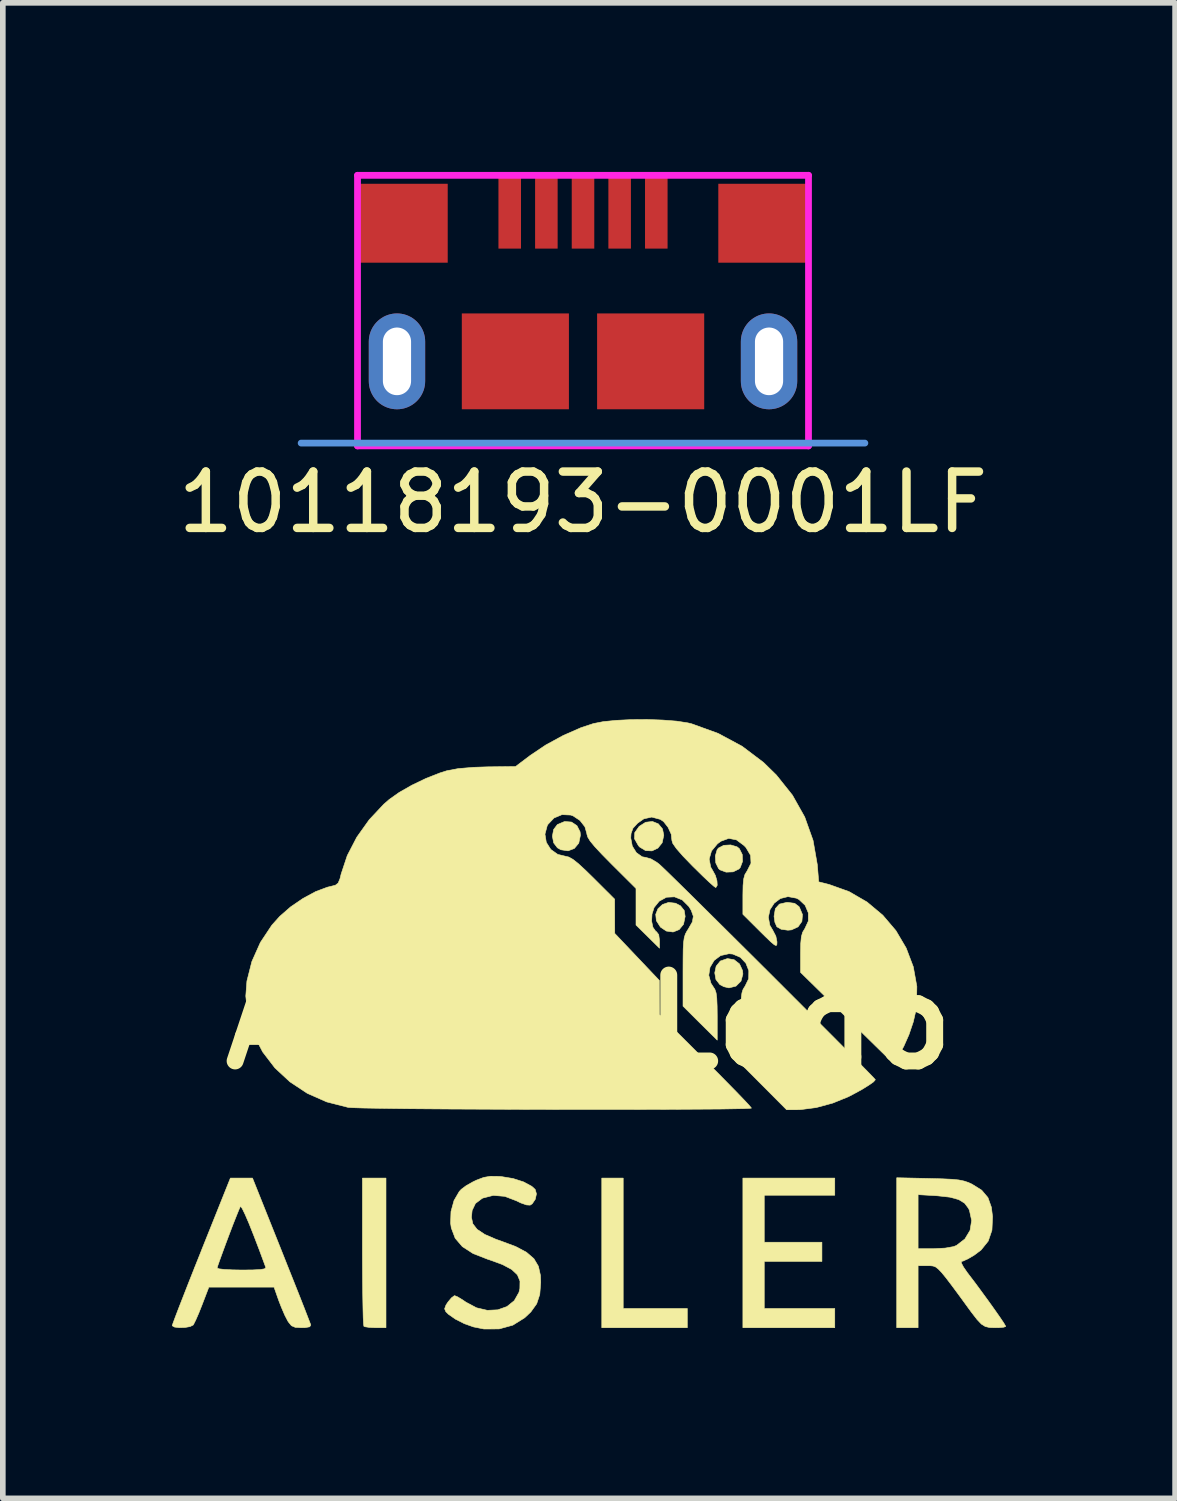
<source format=kicad_pcb>
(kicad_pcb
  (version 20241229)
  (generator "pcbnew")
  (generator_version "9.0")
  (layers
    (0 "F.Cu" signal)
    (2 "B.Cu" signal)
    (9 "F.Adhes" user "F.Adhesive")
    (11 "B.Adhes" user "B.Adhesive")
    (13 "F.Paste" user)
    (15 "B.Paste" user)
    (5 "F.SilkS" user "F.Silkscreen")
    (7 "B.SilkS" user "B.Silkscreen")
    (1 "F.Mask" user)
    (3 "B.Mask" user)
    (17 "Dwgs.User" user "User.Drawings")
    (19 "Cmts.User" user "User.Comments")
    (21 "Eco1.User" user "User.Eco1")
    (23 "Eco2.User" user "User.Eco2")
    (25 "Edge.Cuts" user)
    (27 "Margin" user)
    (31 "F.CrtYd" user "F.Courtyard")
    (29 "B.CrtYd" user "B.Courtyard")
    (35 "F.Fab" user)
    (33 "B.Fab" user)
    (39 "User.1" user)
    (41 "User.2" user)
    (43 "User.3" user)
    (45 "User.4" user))
  (footprint "10118193-0001LF"
    (layer "F.Cu")
    (at 7.292 3.36)
    (property "Reference" "10118193-0001LF" (at 0 2.5 0) (layer "F.SilkS") (effects (font (size 1 1) (thickness 0.15))))
    (attr through_hole)
    (fp_line (start -5 1.45) (end 5 1.45) (stroke (width 0.12) (type solid)) (layer "Cmts.User"))
    (fp_line (start -4 -3.3) (end 4 -3.3) (stroke (width 0.12) (type solid)) (layer "F.CrtYd"))
    (fp_line (start -4 1.5) (end -4 -3.3) (stroke (width 0.12) (type solid)) (layer "F.CrtYd"))
    (fp_line (start 4 -3.3) (end 4 1.5) (stroke (width 0.12) (type solid)) (layer "F.CrtYd"))
    (fp_line (start 4 1.5) (end -4 1.5) (stroke (width 0.12) (type solid)) (layer "F.CrtYd"))
    (pad "" thru_hole oval (at -3.3 0) (size 1 1.7) (drill oval 0.5 1.2) (layers "*.Cu" "*.Mask"))
    (pad "" thru_hole oval (at 3.3 0 180) (size 1 1.7) (drill oval 0.5 1.2) (layers "*.Cu" "*.Mask"))
    (pad "1" smd rect (at -1.3 -2.675) (size 0.4 1.35) (layers "F.Cu" "F.Mask" "F.Paste"))
    (pad "2" smd rect (at -0.65 -2.675) (size 0.4 1.35) (layers "F.Cu" "F.Mask" "F.Paste"))
    (pad "3" smd rect (at 0 -2.675) (size 0.4 1.35) (layers "F.Cu" "F.Mask" "F.Paste"))
    (pad "4" smd rect (at 0.65 -2.675) (size 0.4 1.35) (layers "F.Cu" "F.Mask" "F.Paste"))
    (pad "5" smd rect (at 1.3 -2.675) (size 0.4 1.35) (layers "F.Cu" "F.Mask" "F.Paste"))
    (pad "6" smd rect (at -3.2 -2.45) (size 1.6 1.4) (layers "F.Cu" "F.Mask" "F.Paste"))
    (pad "6" smd rect (at -1.2 0) (size 1.9 1.7) (layers "F.Cu" "F.Mask" "F.Paste"))
    (pad "6" smd rect (at 1.2 0 180) (size 1.9 1.7) (layers "F.Cu" "F.Mask" "F.Paste"))
    (pad "6" smd rect (at 3.2 -2.45) (size 1.6 1.4) (layers "F.Cu" "F.Mask" "F.Paste")))
  (footprint "Aisler_Logo"
    (layer "F.Cu")
    (at 7.398 15.081)
    (property "Reference" "Aisler_Logo" (at 0 0 0) (layer "F.SilkS") (effects (font (size 1.524 1.524) (thickness 0.3))))
    (attr through_hole)
    (fp_poly (pts (xy 0.607 5.08) (xy 1.744 5.08) (xy 1.744 5.421) (xy 0.227 5.421) (xy 0.227 2.767) (xy 0.607 2.767) (xy 0.607 5.08)) (stroke (width 0.01) (type solid)) (fill yes) (layer "F.SilkS"))
    (fp_poly (pts (xy 4.36 3.071) (xy 3.109 3.071) (xy 3.109 3.905) (xy 4.132 3.905) (xy 4.132 4.246) (xy 3.109 4.246) (xy 3.109 5.08) (xy 4.36 5.08) (xy 4.36 5.421) (xy 2.73 5.421) (xy 2.73 2.767) (xy 4.36 2.767) (xy 4.36 3.071)) (stroke (width 0.01) (type solid)) (fill yes) (layer "F.SilkS"))
    (fp_poly (pts (xy -3.601 5.421) (xy -3.785 5.421) (xy -3.897 5.416) (xy -3.975 5.404) (xy -3.993 5.396) (xy -3.999 5.353) (xy -4.005 5.244) (xy -4.009 5.076) (xy -4.013 4.86) (xy -4.016 4.603) (xy -4.018 4.314) (xy -4.019 4.069) (xy -4.019 2.767) (xy -3.601 2.767) (xy -3.601 5.421)) (stroke (width 0.01) (type solid)) (fill yes) (layer "F.SilkS"))
    (fp_poly (pts (xy -0.311 -3.549) (xy -0.214 -3.485) (xy -0.158 -3.376) (xy -0.152 -3.315) (xy -0.181 -3.175) (xy -0.26 -3.08) (xy -0.371 -3.038) (xy -0.498 -3.057) (xy -0.56 -3.092) (xy -0.627 -3.18) (xy -0.649 -3.298) (xy -0.627 -3.417) (xy -0.56 -3.505) (xy -0.433 -3.558) (xy -0.311 -3.549)) (stroke (width 0.01) (type solid)) (fill yes) (layer "F.SilkS"))
    (fp_poly (pts (xy 1.535 -2.109) (xy 1.622 -2.064) (xy 1.689 -1.981) (xy 1.706 -1.874) (xy 1.677 -1.735) (xy 1.6 -1.641) (xy 1.492 -1.598) (xy 1.372 -1.615) (xy 1.268 -1.685) (xy 1.195 -1.799) (xy 1.184 -1.912) (xy 1.224 -2.012) (xy 1.304 -2.086) (xy 1.412 -2.123) (xy 1.535 -2.109)) (stroke (width 0.01) (type solid)) (fill yes) (layer "F.SilkS"))
    (fp_poly (pts (xy 1.23 -3.517) (xy 1.304 -3.427) (xy 1.327 -3.315) (xy 1.298 -3.181) (xy 1.222 -3.086) (xy 1.118 -3.037) (xy 1.004 -3.042) (xy 0.897 -3.107) (xy 0.875 -3.133) (xy 0.807 -3.253) (xy 0.812 -3.362) (xy 0.889 -3.47) (xy 0.889 -3.471) (xy 1.005 -3.545) (xy 1.125 -3.559) (xy 1.23 -3.517)) (stroke (width 0.01) (type solid)) (fill yes) (layer "F.SilkS"))
    (fp_poly (pts (xy 2.574 -1.107) (xy 2.67 -1.032) (xy 2.724 -0.914) (xy 2.73 -0.852) (xy 2.696 -0.726) (xy 2.607 -0.638) (xy 2.483 -0.607) (xy 2.393 -0.628) (xy 2.321 -0.666) (xy 2.252 -0.755) (xy 2.231 -0.873) (xy 2.256 -0.992) (xy 2.328 -1.081) (xy 2.331 -1.084) (xy 2.456 -1.127) (xy 2.574 -1.107)) (stroke (width 0.01) (type solid)) (fill yes) (layer "F.SilkS"))
    (fp_poly (pts (xy 2.625 -3.11) (xy 2.667 -3.077) (xy 2.719 -2.973) (xy 2.724 -2.85) (xy 2.683 -2.742) (xy 2.66 -2.716) (xy 2.556 -2.665) (xy 2.433 -2.66) (xy 2.325 -2.7) (xy 2.299 -2.723) (xy 2.249 -2.824) (xy 2.241 -2.947) (xy 2.273 -3.057) (xy 2.296 -3.087) (xy 2.391 -3.136) (xy 2.513 -3.143) (xy 2.625 -3.11)) (stroke (width 0.01) (type solid)) (fill yes) (layer "F.SilkS"))
    (fp_poly (pts (xy 3.648 -2.107) (xy 3.724 -2.05) (xy 3.732 -2.039) (xy 3.787 -1.908) (xy 3.777 -1.786) (xy 3.709 -1.69) (xy 3.592 -1.636) (xy 3.528 -1.63) (xy 3.409 -1.647) (xy 3.333 -1.691) (xy 3.298 -1.77) (xy 3.283 -1.876) (xy 3.283 -1.877) (xy 3.306 -2.013) (xy 3.378 -2.093) (xy 3.506 -2.123) (xy 3.528 -2.123) (xy 3.648 -2.107)) (stroke (width 0.01) (type solid)) (fill yes) (layer "F.SilkS"))
    (fp_poly (pts (xy -5.458 4.046) (xy -5.341 4.341) (xy -5.232 4.614) (xy -5.135 4.858) (xy -5.054 5.064) (xy -4.992 5.224) (xy -4.951 5.33) (xy -4.935 5.373) (xy -4.954 5.405) (xy -5.038 5.42) (xy -5.097 5.421) (xy -5.21 5.415) (xy -5.278 5.386) (xy -5.333 5.318) (xy -5.344 5.3) (xy -5.397 5.198) (xy -5.457 5.058) (xy -5.503 4.94) (xy -5.587 4.701) (xy -6.743 4.701) (xy -6.863 5.014) (xy -6.921 5.16) (xy -6.974 5.282) (xy -7.013 5.36) (xy -7.022 5.374) (xy -7.076 5.401) (xy -7.167 5.417) (xy -7.269 5.42) (xy -7.352 5.41) (xy -7.392 5.387) (xy -7.393 5.383) (xy -7.379 5.341) (xy -7.34 5.236) (xy -7.279 5.076) (xy -7.199 4.871) (xy -7.104 4.628) (xy -6.999 4.363) (xy -6.596 4.363) (xy -6.561 4.377) (xy -6.465 4.388) (xy -6.322 4.395) (xy -6.156 4.398) (xy -5.96 4.396) (xy -5.829 4.389) (xy -5.757 4.377) (xy -5.733 4.358) (xy -5.734 4.35) (xy -5.846 4.047) (xy -5.946 3.786) (xy -6.031 3.572) (xy -6.101 3.41) (xy -6.151 3.307) (xy -6.18 3.268) (xy -6.184 3.27) (xy -6.21 3.328) (xy -6.254 3.437) (xy -6.312 3.583) (xy -6.376 3.751) (xy -6.441 3.924) (xy -6.501 4.087) (xy -6.551 4.225) (xy -6.585 4.322) (xy -6.596 4.363) (xy -6.999 4.363) (xy -6.996 4.355) (xy -6.878 4.06) (xy -6.877 4.056) (xy -6.361 2.767) (xy -5.969 2.767) (xy -5.458 4.046)) (stroke (width 0.01) (type solid)) (fill yes) (layer "F.SilkS"))
    (fp_poly (pts (xy 6.037 2.774) (xy 6.266 2.78) (xy 6.435 2.788) (xy 6.558 2.8) (xy 6.651 2.819) (xy 6.73 2.845) (xy 6.795 2.875) (xy 6.966 2.982) (xy 7.077 3.113) (xy 7.138 3.284) (xy 7.159 3.452) (xy 7.148 3.692) (xy 7.082 3.885) (xy 6.956 4.042) (xy 6.834 4.134) (xy 6.727 4.197) (xy 6.641 4.237) (xy 6.607 4.246) (xy 6.605 4.273) (xy 6.643 4.345) (xy 6.714 4.448) (xy 6.741 4.483) (xy 6.85 4.626) (xy 6.967 4.785) (xy 7.086 4.948) (xy 7.196 5.102) (xy 7.289 5.235) (xy 7.357 5.336) (xy 7.39 5.392) (xy 7.393 5.399) (xy 7.358 5.412) (xy 7.271 5.42) (xy 7.206 5.421) (xy 7.106 5.418) (xy 7.03 5.4) (xy 6.961 5.357) (xy 6.886 5.278) (xy 6.788 5.152) (xy 6.738 5.084) (xy 6.567 4.849) (xy 6.433 4.668) (xy 6.331 4.534) (xy 6.254 4.44) (xy 6.195 4.379) (xy 6.148 4.343) (xy 6.105 4.327) (xy 6.059 4.322) (xy 6.005 4.322) (xy 5.838 4.322) (xy 5.838 5.421) (xy 5.459 5.421) (xy 5.459 4.019) (xy 5.838 4.019) (xy 6.124 4.019) (xy 6.318 4.009) (xy 6.465 3.983) (xy 6.519 3.962) (xy 6.668 3.847) (xy 6.76 3.694) (xy 6.788 3.519) (xy 6.749 3.339) (xy 6.732 3.304) (xy 6.663 3.212) (xy 6.557 3.148) (xy 6.404 3.106) (xy 6.189 3.082) (xy 6.151 3.079) (xy 5.838 3.061) (xy 5.838 4.019) (xy 5.459 4.019) (xy 5.459 2.761) (xy 6.037 2.774)) (stroke (width 0.01) (type solid)) (fill yes) (layer "F.SilkS"))
    (fp_poly (pts (xy -1.603 2.737) (xy -1.551 2.741) (xy -1.346 2.775) (xy -1.16 2.835) (xy -1.015 2.913) (xy -0.954 2.969) (xy -0.932 3.047) (xy -0.953 3.143) (xy -1.007 3.223) (xy -1.044 3.247) (xy -1.109 3.243) (xy -1.211 3.207) (xy -1.287 3.17) (xy -1.494 3.091) (xy -1.698 3.074) (xy -1.882 3.121) (xy -1.896 3.128) (xy -2.014 3.217) (xy -2.073 3.341) (xy -2.085 3.463) (xy -2.061 3.577) (xy -1.985 3.676) (xy -1.85 3.766) (xy -1.649 3.853) (xy -1.558 3.885) (xy -1.299 3.982) (xy -1.109 4.083) (xy -0.977 4.197) (xy -0.897 4.332) (xy -0.86 4.497) (xy -0.856 4.618) (xy -0.873 4.831) (xy -0.928 4.997) (xy -1.032 5.142) (xy -1.141 5.245) (xy -1.351 5.376) (xy -1.595 5.443) (xy -1.864 5.444) (xy -2.049 5.407) (xy -2.21 5.35) (xy -2.368 5.27) (xy -2.494 5.182) (xy -2.539 5.138) (xy -2.561 5.086) (xy -2.537 5.02) (xy -2.503 4.968) (xy -2.44 4.892) (xy -2.389 4.854) (xy -2.382 4.853) (xy -2.332 4.873) (xy -2.244 4.926) (xy -2.183 4.968) (xy -1.995 5.068) (xy -1.803 5.113) (xy -1.618 5.104) (xy -1.455 5.046) (xy -1.325 4.941) (xy -1.242 4.794) (xy -1.226 4.725) (xy -1.224 4.594) (xy -1.27 4.483) (xy -1.371 4.388) (xy -1.534 4.301) (xy -1.764 4.217) (xy -1.796 4.207) (xy -2.055 4.106) (xy -2.246 3.983) (xy -2.374 3.833) (xy -2.443 3.65) (xy -2.455 3.566) (xy -2.448 3.361) (xy -2.394 3.165) (xy -2.301 3.005) (xy -2.264 2.965) (xy -2.179 2.902) (xy -2.059 2.834) (xy -1.992 2.802) (xy -1.867 2.755) (xy -1.749 2.735) (xy -1.603 2.737)) (stroke (width 0.01) (type solid)) (fill yes) (layer "F.SilkS"))
    (fp_poly (pts (xy 1.306 -5.358) (xy 1.553 -5.339) (xy 1.754 -5.308) (xy 1.82 -5.292) (xy 2.292 -5.121) (xy 2.716 -4.893) (xy 3.096 -4.606) (xy 3.324 -4.383) (xy 3.609 -4.026) (xy 3.827 -3.638) (xy 3.975 -3.223) (xy 4.051 -2.788) (xy 4.052 -2.771) (xy 4.075 -2.488) (xy 4.261 -2.441) (xy 4.613 -2.315) (xy 4.931 -2.131) (xy 5.211 -1.897) (xy 5.445 -1.622) (xy 5.627 -1.313) (xy 5.753 -0.981) (xy 5.816 -0.632) (xy 5.81 -0.276) (xy 5.802 -0.218) (xy 5.753 -0.004) (xy 5.676 0.223) (xy 5.582 0.435) (xy 5.481 0.605) (xy 5.463 0.629) (xy 5.389 0.723) (xy 3.753 -0.882) (xy 3.753 -1.221) (xy 3.756 -1.395) (xy 3.767 -1.512) (xy 3.789 -1.592) (xy 3.826 -1.654) (xy 3.829 -1.658) (xy 3.891 -1.792) (xy 3.891 -1.937) (xy 3.834 -2.072) (xy 3.726 -2.174) (xy 3.68 -2.198) (xy 3.53 -2.226) (xy 3.395 -2.192) (xy 3.286 -2.11) (xy 3.211 -1.995) (xy 3.182 -1.86) (xy 3.208 -1.718) (xy 3.26 -1.63) (xy 3.315 -1.524) (xy 3.335 -1.423) (xy 3.333 -1.376) (xy 3.32 -1.357) (xy 3.287 -1.372) (xy 3.224 -1.425) (xy 3.123 -1.522) (xy 3.033 -1.611) (xy 2.73 -1.913) (xy 2.73 -2.249) (xy 2.733 -2.422) (xy 2.744 -2.538) (xy 2.766 -2.618) (xy 2.804 -2.68) (xy 2.805 -2.681) (xy 2.874 -2.818) (xy 2.867 -2.957) (xy 2.785 -3.096) (xy 2.752 -3.131) (xy 2.615 -3.233) (xy 2.479 -3.259) (xy 2.342 -3.209) (xy 2.279 -3.163) (xy 2.173 -3.035) (xy 2.132 -2.892) (xy 2.159 -2.75) (xy 2.194 -2.69) (xy 2.242 -2.602) (xy 2.27 -2.507) (xy 2.275 -2.427) (xy 2.252 -2.389) (xy 2.245 -2.388) (xy 2.21 -2.414) (xy 2.131 -2.484) (xy 2.02 -2.589) (xy 1.888 -2.719) (xy 1.838 -2.768) (xy 1.666 -2.946) (xy 1.55 -3.079) (xy 1.486 -3.171) (xy 1.471 -3.222) (xy 1.459 -3.333) (xy 1.403 -3.455) (xy 1.323 -3.557) (xy 1.266 -3.596) (xy 1.113 -3.637) (xy 0.973 -3.606) (xy 0.864 -3.53) (xy 0.78 -3.439) (xy 0.746 -3.345) (xy 0.741 -3.266) (xy 0.768 -3.123) (xy 0.841 -3.005) (xy 0.943 -2.933) (xy 1.016 -2.919) (xy 1.1 -2.895) (xy 1.203 -2.834) (xy 1.246 -2.801) (xy 1.298 -2.753) (xy 1.396 -2.659) (xy 1.535 -2.523) (xy 1.709 -2.352) (xy 1.914 -2.15) (xy 2.144 -1.922) (xy 2.393 -1.675) (xy 2.658 -1.412) (xy 2.932 -1.14) (xy 3.21 -0.863) (xy 3.487 -0.586) (xy 3.758 -0.315) (xy 4.017 -0.055) (xy 4.26 0.188) (xy 4.482 0.411) (xy 4.676 0.607) (xy 4.838 0.771) (xy 4.963 0.898) (xy 5.045 0.983) (xy 5.079 1.021) (xy 5.08 1.022) (xy 5.048 1.06) (xy 4.961 1.121) (xy 4.835 1.199) (xy 4.682 1.282) (xy 4.599 1.325) (xy 4.323 1.437) (xy 4.031 1.516) (xy 3.755 1.552) (xy 3.696 1.554) (xy 3.505 1.554) (xy 3.099 1.146) (xy 2.692 0.738) (xy 2.692 0.1) (xy 2.692 -0.137) (xy 2.695 -0.311) (xy 2.702 -0.433) (xy 2.713 -0.517) (xy 2.731 -0.575) (xy 2.756 -0.619) (xy 2.767 -0.634) (xy 2.833 -0.77) (xy 2.835 -0.913) (xy 2.783 -1.045) (xy 2.685 -1.149) (xy 2.55 -1.207) (xy 2.483 -1.213) (xy 2.335 -1.18) (xy 2.22 -1.094) (xy 2.147 -0.972) (xy 2.125 -0.831) (xy 2.163 -0.69) (xy 2.199 -0.634) (xy 2.233 -0.582) (xy 2.255 -0.517) (xy 2.267 -0.422) (xy 2.273 -0.283) (xy 2.275 -0.109) (xy 2.275 0.32) (xy 1.971 0.019) (xy 1.668 -0.283) (xy 1.668 -0.898) (xy 1.669 -1.128) (xy 1.671 -1.296) (xy 1.678 -1.415) (xy 1.69 -1.498) (xy 1.709 -1.56) (xy 1.737 -1.613) (xy 1.763 -1.653) (xy 1.834 -1.777) (xy 1.851 -1.877) (xy 1.814 -1.981) (xy 1.772 -2.05) (xy 1.655 -2.167) (xy 1.517 -2.222) (xy 1.375 -2.215) (xy 1.246 -2.145) (xy 1.155 -2.032) (xy 1.118 -1.917) (xy 1.111 -1.792) (xy 1.134 -1.682) (xy 1.183 -1.612) (xy 1.196 -1.605) (xy 1.237 -1.552) (xy 1.251 -1.447) (xy 1.251 -1.311) (xy 1.043 -1.516) (xy 0.834 -1.722) (xy 0.834 -2.371) (xy 0.398 -2.805) (xy 0.226 -2.98) (xy 0.103 -3.112) (xy 0.022 -3.21) (xy -0.022 -3.282) (xy -0.038 -3.336) (xy -0.038 -3.343) (xy -0.072 -3.464) (xy -0.16 -3.577) (xy -0.282 -3.658) (xy -0.325 -3.673) (xy -0.479 -3.68) (xy -0.62 -3.621) (xy -0.728 -3.507) (xy -0.741 -3.484) (xy -0.781 -3.334) (xy -0.757 -3.188) (xy -0.678 -3.063) (xy -0.554 -2.975) (xy -0.417 -2.942) (xy -0.358 -2.928) (xy -0.285 -2.887) (xy -0.189 -2.811) (xy -0.06 -2.692) (xy 0.076 -2.559) (xy 0.455 -2.181) (xy 0.457 -1.573) (xy 1.248 -0.739) (xy 1.249 -0.436) (xy 1.251 -0.132) (xy 2.066 0.682) (xy 2.269 0.886) (xy 2.454 1.074) (xy 2.614 1.237) (xy 2.742 1.37) (xy 2.832 1.466) (xy 2.877 1.519) (xy 2.881 1.526) (xy 2.844 1.53) (xy 2.738 1.535) (xy 2.569 1.538) (xy 2.343 1.542) (xy 2.066 1.544) (xy 1.746 1.546) (xy 1.388 1.548) (xy 0.999 1.549) (xy 0.584 1.55) (xy 0.152 1.55) (xy -0.293 1.55) (xy -0.743 1.549) (xy -1.193 1.548) (xy -1.636 1.546) (xy -2.066 1.544) (xy -2.475 1.542) (xy -2.859 1.539) (xy -3.21 1.536) (xy -3.523 1.532) (xy -3.79 1.528) (xy -4.006 1.524) (xy -4.164 1.519) (xy -4.257 1.514) (xy -4.275 1.512) (xy -4.652 1.416) (xy -4.998 1.263) (xy -5.306 1.059) (xy -5.571 0.813) (xy -5.788 0.53) (xy -5.95 0.219) (xy -6.052 -0.114) (xy -6.088 -0.462) (xy -6.068 -0.728) (xy -5.98 -1.075) (xy -5.829 -1.413) (xy -5.626 -1.719) (xy -5.486 -1.875) (xy -5.294 -2.043) (xy -5.074 -2.193) (xy -4.849 -2.315) (xy -4.641 -2.393) (xy -4.578 -2.408) (xy -4.497 -2.429) (xy -4.449 -2.467) (xy -4.417 -2.544) (xy -4.396 -2.629) (xy -4.288 -2.954) (xy -4.119 -3.28) (xy -3.898 -3.59) (xy -3.639 -3.866) (xy -3.545 -3.948) (xy -3.367 -4.074) (xy -3.141 -4.203) (xy -2.893 -4.322) (xy -2.647 -4.419) (xy -2.521 -4.459) (xy -2.318 -4.497) (xy -2.043 -4.52) (xy -1.798 -4.528) (xy -1.302 -4.534) (xy -1.04 -4.732) (xy -0.766 -4.916) (xy -0.458 -5.084) (xy -0.146 -5.221) (xy 0.076 -5.295) (xy 0.254 -5.33) (xy 0.486 -5.353) (xy 0.752 -5.366) (xy 1.032 -5.368) (xy 1.306 -5.358)) (stroke (width 0.01) (type solid)) (fill yes) (layer "F.SilkS")))
  (gr_rect
    (start -3 -3)
    (end 17.795 23.529)
    (stroke (width 0.1) (type default))
    (fill no)
    (layer "Edge.Cuts")))
</source>
